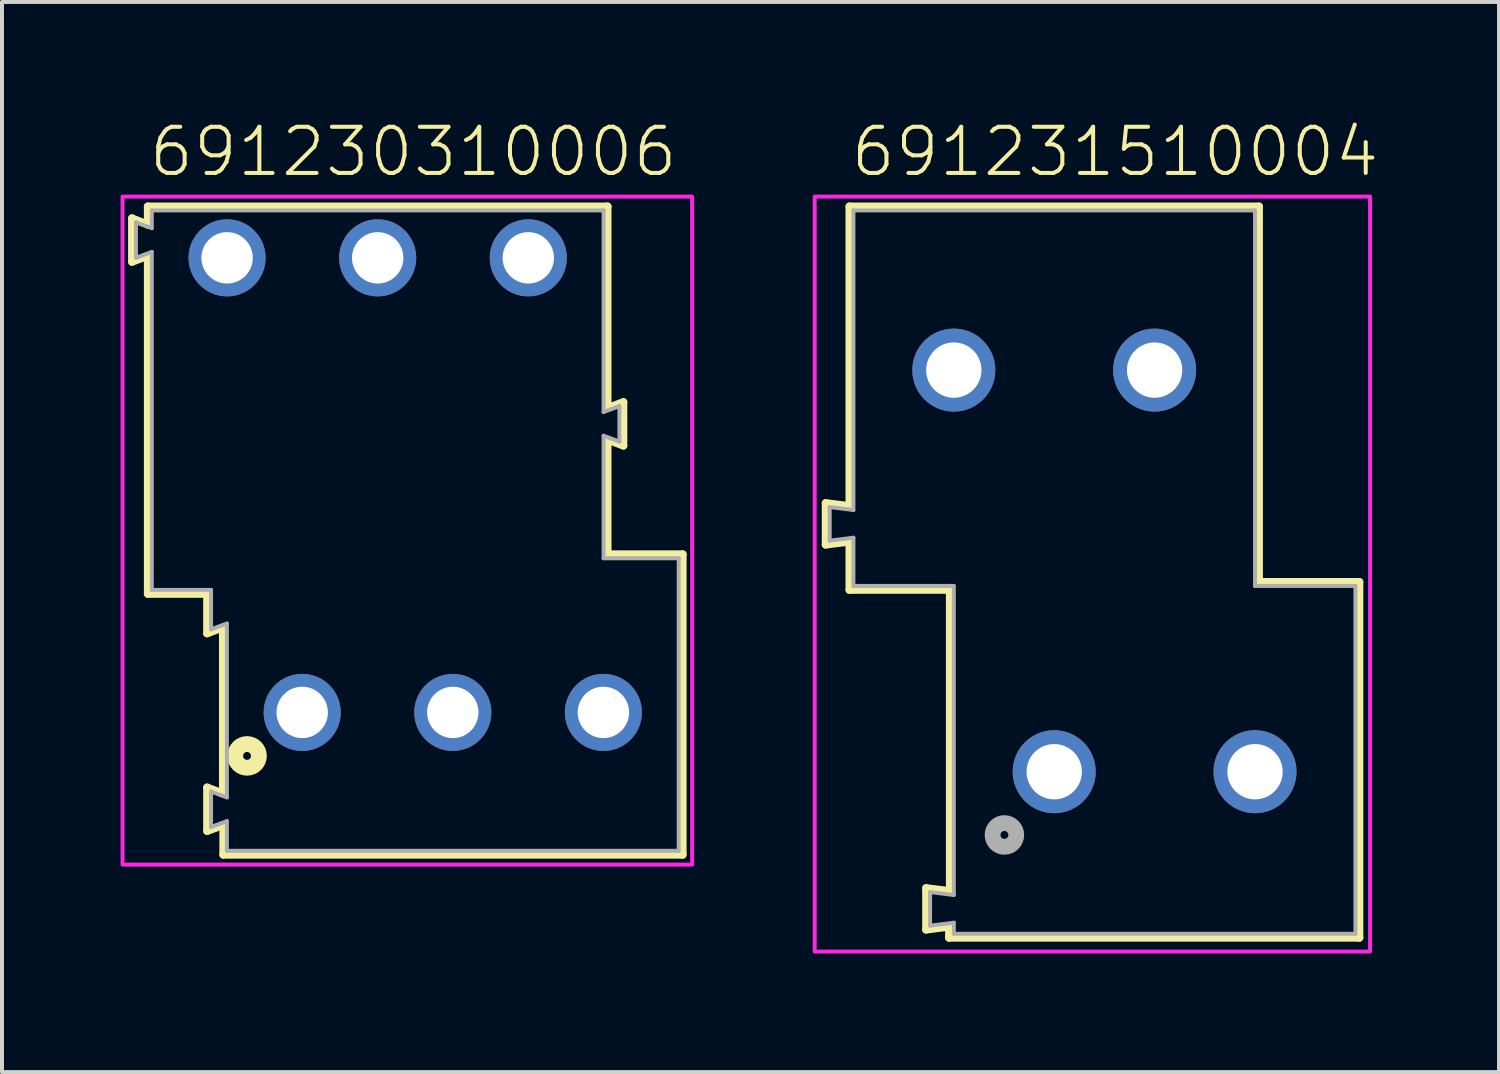
<source format=kicad_pcb>
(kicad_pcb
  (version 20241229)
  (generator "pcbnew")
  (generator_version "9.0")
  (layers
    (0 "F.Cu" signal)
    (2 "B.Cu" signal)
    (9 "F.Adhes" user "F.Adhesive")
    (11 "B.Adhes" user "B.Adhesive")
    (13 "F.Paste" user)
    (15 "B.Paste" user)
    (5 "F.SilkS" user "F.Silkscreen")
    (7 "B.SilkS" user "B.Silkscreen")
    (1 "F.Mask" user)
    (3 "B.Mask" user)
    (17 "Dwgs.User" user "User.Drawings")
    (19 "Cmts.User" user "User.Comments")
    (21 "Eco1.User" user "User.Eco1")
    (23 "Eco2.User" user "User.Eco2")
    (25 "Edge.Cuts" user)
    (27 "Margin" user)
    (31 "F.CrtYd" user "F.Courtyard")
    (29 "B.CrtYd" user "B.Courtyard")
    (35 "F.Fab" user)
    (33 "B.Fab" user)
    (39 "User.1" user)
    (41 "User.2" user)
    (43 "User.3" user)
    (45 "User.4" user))
  (footprint "691231510004"
    (layer "F.Cu")
    (at 26.16 16.473)
    (property "Reference" "691231510004" (at -1 -15 0) (unlocked yes) (layer "F.SilkS") (effects (font (size 1.168 1.168) (thickness 0.102)) (justify bottom)))
    (fp_line (start -8.32 -6.795) (end -7.72 -6.72) (stroke (width 0.2) (type solid)) (layer "F.SilkS"))
    (fp_line (start -8.32 -5.745) (end -8.32 -6.795) (stroke (width 0.2) (type solid)) (layer "F.SilkS"))
    (fp_line (start -7.72 -14.3) (end 2.64 -14.3) (stroke (width 0.2) (type solid)) (layer "F.SilkS"))
    (fp_line (start -7.72 -6.72) (end -7.72 -14.3) (stroke (width 0.2) (type solid)) (layer "F.SilkS"))
    (fp_line (start -7.72 -5.82) (end -8.32 -5.745) (stroke (width 0.2) (type solid)) (layer "F.SilkS"))
    (fp_line (start -7.72 -4.6) (end -7.72 -5.82) (stroke (width 0.2) (type solid)) (layer "F.SilkS"))
    (fp_line (start -5.78 2.945) (end -5.18 3.02) (stroke (width 0.2) (type solid)) (layer "F.SilkS"))
    (fp_line (start -5.78 3.995) (end -5.78 2.945) (stroke (width 0.2) (type solid)) (layer "F.SilkS"))
    (fp_line (start -5.2 3.92) (end -5.78 3.995) (stroke (width 0.2) (type solid)) (layer "F.SilkS"))
    (fp_line (start -5.2 4.2) (end -5.2 3.92) (stroke (width 0.2) (type solid)) (layer "F.SilkS"))
    (fp_line (start -5.18 -4.6) (end -7.72 -4.6) (stroke (width 0.2) (type solid)) (layer "F.SilkS"))
    (fp_line (start -5.18 3.02) (end -5.18 -4.6) (stroke (width 0.2) (type solid)) (layer "F.SilkS"))
    (fp_line (start 2.64 -14.3) (end 2.64 -4.8) (stroke (width 0.2) (type solid)) (layer "F.SilkS"))
    (fp_line (start 2.64 -4.8) (end 5.18 -4.8) (stroke (width 0.2) (type solid)) (layer "F.SilkS"))
    (fp_line (start 5.18 -4.8) (end 5.18 4.2) (stroke (width 0.2) (type solid)) (layer "F.SilkS"))
    (fp_line (start 5.18 4.2) (end -5.2 4.2) (stroke (width 0.2) (type solid)) (layer "F.SilkS"))
    (fp_poly (pts (xy 5.45 4.55) (xy -8.6 4.55) (xy -8.6 -14.55) (xy 5.45 -14.55)) (stroke (width 0.1) (type default)) (fill no) (layer "F.CrtYd"))
    (fp_line (start -8.22 -6.695) (end -8.22 -5.845) (stroke (width 0.1) (type solid)) (layer "F.Fab"))
    (fp_line (start -8.22 -6.695) (end -7.62 -6.62) (stroke (width 0.1) (type solid)) (layer "F.Fab"))
    (fp_line (start -8.22 -5.845) (end -7.62 -5.92) (stroke (width 0.1) (type solid)) (layer "F.Fab"))
    (fp_line (start -7.62 -14.2) (end -7.62 -6.62) (stroke (width 0.1) (type solid)) (layer "F.Fab"))
    (fp_line (start -7.62 -5.92) (end -7.62 -4.7) (stroke (width 0.1) (type solid)) (layer "F.Fab"))
    (fp_line (start -7.62 -4.7) (end -5.08 -4.7) (stroke (width 0.1) (type solid)) (layer "F.Fab"))
    (fp_line (start -5.68 3.045) (end -5.68 3.895) (stroke (width 0.1) (type solid)) (layer "F.Fab"))
    (fp_line (start -5.68 3.045) (end -5.08 3.12) (stroke (width 0.1) (type solid)) (layer "F.Fab"))
    (fp_line (start -5.68 3.895) (end -5.08 3.82) (stroke (width 0.1) (type solid)) (layer "F.Fab"))
    (fp_line (start -5.08 -4.7) (end -5.08 3.12) (stroke (width 0.1) (type solid)) (layer "F.Fab"))
    (fp_line (start -5.08 3.82) (end -5.08 4.1) (stroke (width 0.1) (type solid)) (layer "F.Fab"))
    (fp_line (start -5.08 4.1) (end 5.08 4.1) (stroke (width 0.1) (type solid)) (layer "F.Fab"))
    (fp_line (start 2.54 -14.2) (end -7.62 -14.2) (stroke (width 0.1) (type solid)) (layer "F.Fab"))
    (fp_line (start 2.54 -4.7) (end 2.54 -14.2) (stroke (width 0.1) (type solid)) (layer "F.Fab"))
    (fp_line (start 5.08 -4.7) (end 2.54 -4.7) (stroke (width 0.1) (type solid)) (layer "F.Fab"))
    (fp_line (start 5.08 4.1) (end 5.08 -4.7) (stroke (width 0.1) (type solid)) (layer "F.Fab"))
    (fp_circle (center -3.8 1.6) (end -3.7 1.6) (stroke (width 0.4) (type solid)) (fill no) (layer "F.Fab"))
    (pad "1" thru_hole circle (at -2.54 0) (size 2.1 2.1) (drill 1.4) (layers "*.Cu" "*.Mask"))
    (pad "2" thru_hole circle (at 2.54 0) (size 2.1 2.1) (drill 1.4) (layers "*.Cu" "*.Mask"))
    (pad "3" thru_hole circle (at -5.08 -10.16) (size 2.1 2.1) (drill 1.4) (layers "*.Cu" "*.Mask"))
    (pad "4" thru_hole circle (at 0 -10.16) (size 2.1 2.1) (drill 1.4) (layers "*.Cu" "*.Mask")))
  (footprint "691230310006"
    (layer "F.Cu")
    (at 8.405 14.973)
    (property "Reference" "691230310006" (at -1 -13.5 0) (unlocked yes) (layer "F.SilkS") (effects (font (size 1.168 1.168) (thickness 0.102)) (justify bottom)))
    (fp_line (start -8.115 -12.5) (end -7.715 -12.34) (stroke (width 0.2) (type solid)) (layer "F.SilkS"))
    (fp_line (start -8.115 -11.4) (end -8.115 -12.5) (stroke (width 0.2) (type solid)) (layer "F.SilkS"))
    (fp_line (start -7.715 -12.8) (end 3.915 -12.8) (stroke (width 0.2) (type solid)) (layer "F.SilkS"))
    (fp_line (start -7.715 -12.34) (end -7.715 -12.8) (stroke (width 0.2) (type solid)) (layer "F.SilkS"))
    (fp_line (start -7.715 -11.55) (end -8.115 -11.4) (stroke (width 0.2) (type solid)) (layer "F.SilkS"))
    (fp_line (start -7.715 -3) (end -7.715 -11.55) (stroke (width 0.2) (type solid)) (layer "F.SilkS"))
    (fp_line (start -6.215 -3) (end -7.715 -3) (stroke (width 0.2) (type solid)) (layer "F.SilkS"))
    (fp_line (start -6.215 -2) (end -6.215 -3) (stroke (width 0.2) (type solid)) (layer "F.SilkS"))
    (fp_line (start -6.215 1.9) (end -5.815 2.05) (stroke (width 0.2) (type solid)) (layer "F.SilkS"))
    (fp_line (start -6.215 3) (end -6.215 1.9) (stroke (width 0.2) (type solid)) (layer "F.SilkS"))
    (fp_line (start -5.815 -2.15) (end -6.215 -2) (stroke (width 0.2) (type solid)) (layer "F.SilkS"))
    (fp_line (start -5.815 2.05) (end -5.815 -2.15) (stroke (width 0.2) (type solid)) (layer "F.SilkS"))
    (fp_line (start -5.805 2.85) (end -6.215 3) (stroke (width 0.2) (type solid)) (layer "F.SilkS"))
    (fp_line (start -5.805 3.6) (end -5.805 2.85) (stroke (width 0.2) (type solid)) (layer "F.SilkS"))
    (fp_line (start 3.915 -12.8) (end 3.915 -7.7) (stroke (width 0.2) (type solid)) (layer "F.SilkS"))
    (fp_line (start 3.915 -7.7) (end 4.315 -7.85) (stroke (width 0.2) (type solid)) (layer "F.SilkS"))
    (fp_line (start 3.915 -6.9) (end 3.915 -4) (stroke (width 0.2) (type solid)) (layer "F.SilkS"))
    (fp_line (start 3.915 -4) (end 5.815 -4) (stroke (width 0.2) (type solid)) (layer "F.SilkS"))
    (fp_line (start 4.315 -7.85) (end 4.315 -6.75) (stroke (width 0.2) (type solid)) (layer "F.SilkS"))
    (fp_line (start 4.315 -6.75) (end 3.915 -6.9) (stroke (width 0.2) (type solid)) (layer "F.SilkS"))
    (fp_line (start 5.815 -4) (end 5.815 3.6) (stroke (width 0.2) (type solid)) (layer "F.SilkS"))
    (fp_line (start 5.815 3.6) (end -5.805 3.6) (stroke (width 0.2) (type solid)) (layer "F.SilkS"))
    (fp_circle (center -5.205 1.1) (end -5.105 1.1) (stroke (width 0.4) (type solid)) (fill no) (layer "F.SilkS"))
    (fp_poly (pts (xy 6.055 3.85) (xy -8.355 3.85) (xy -8.355 -13.05) (xy 6.055 -13.05)) (stroke (width 0.1) (type default)) (fill no) (layer "F.CrtYd"))
    (fp_line (start -8.015 -12.4) (end -8.015 -11.5) (stroke (width 0.1) (type solid)) (layer "F.Fab"))
    (fp_line (start -8.015 -12.4) (end -7.615 -12.25) (stroke (width 0.1) (type solid)) (layer "F.Fab"))
    (fp_line (start -8.015 -11.5) (end -7.615 -11.65) (stroke (width 0.1) (type solid)) (layer "F.Fab"))
    (fp_line (start -7.615 -12.7) (end -7.615 -12.25) (stroke (width 0.1) (type solid)) (layer "F.Fab"))
    (fp_line (start -7.615 -11.65) (end -7.615 -3.1) (stroke (width 0.1) (type solid)) (layer "F.Fab"))
    (fp_line (start -7.615 -3.1) (end -6.115 -3.1) (stroke (width 0.1) (type solid)) (layer "F.Fab"))
    (fp_line (start -6.115 -2.1) (end -6.115 -3.1) (stroke (width 0.1) (type solid)) (layer "F.Fab"))
    (fp_line (start -6.115 -2.1) (end -5.715 -2.25) (stroke (width 0.1) (type solid)) (layer "F.Fab"))
    (fp_line (start -6.115 2.9) (end -6.115 2) (stroke (width 0.1) (type solid)) (layer "F.Fab"))
    (fp_line (start -6.115 2.9) (end -5.715 2.75) (stroke (width 0.1) (type solid)) (layer "F.Fab"))
    (fp_line (start -5.715 -2.25) (end -5.715 2.15) (stroke (width 0.1) (type solid)) (layer "F.Fab"))
    (fp_line (start -5.715 2.15) (end -6.115 2) (stroke (width 0.1) (type solid)) (layer "F.Fab"))
    (fp_line (start -5.715 2.75) (end -5.715 3.5) (stroke (width 0.1) (type solid)) (layer "F.Fab"))
    (fp_line (start -5.715 3.5) (end 5.715 3.5) (stroke (width 0.1) (type solid)) (layer "F.Fab"))
    (fp_line (start 3.815 -12.7) (end -7.615 -12.7) (stroke (width 0.1) (type solid)) (layer "F.Fab"))
    (fp_line (start 3.815 -12.7) (end 3.815 -7.6) (stroke (width 0.1) (type solid)) (layer "F.Fab"))
    (fp_line (start 3.815 -7.6) (end 4.215 -7.75) (stroke (width 0.1) (type solid)) (layer "F.Fab"))
    (fp_line (start 3.815 -7) (end 3.815 -3.9) (stroke (width 0.1) (type solid)) (layer "F.Fab"))
    (fp_line (start 3.815 -7) (end 4.215 -6.85) (stroke (width 0.1) (type solid)) (layer "F.Fab"))
    (fp_line (start 3.815 -3.9) (end 5.715 -3.9) (stroke (width 0.1) (type solid)) (layer "F.Fab"))
    (fp_line (start 4.215 -6.85) (end 4.215 -7.75) (stroke (width 0.1) (type solid)) (layer "F.Fab"))
    (fp_line (start 5.715 3.5) (end 5.715 -3.9) (stroke (width 0.1) (type solid)) (layer "F.Fab"))
    (pad "1" thru_hole circle (at -3.81 0) (size 1.95 1.95) (drill 1.3) (layers "*.Cu" "*.Mask"))
    (pad "2" thru_hole circle (at 0 0) (size 1.95 1.95) (drill 1.3) (layers "*.Cu" "*.Mask"))
    (pad "3" thru_hole circle (at 3.81 0) (size 1.95 1.95) (drill 1.3) (layers "*.Cu" "*.Mask"))
    (pad "4" thru_hole circle (at -5.71 -11.5) (size 1.95 1.95) (drill 1.3) (layers "*.Cu" "*.Mask"))
    (pad "5" thru_hole circle (at -1.9 -11.5) (size 1.95 1.95) (drill 1.3) (layers "*.Cu" "*.Mask"))
    (pad "6" thru_hole circle (at 1.91 -11.5) (size 1.95 1.95) (drill 1.3) (layers "*.Cu" "*.Mask")))
  (gr_rect
    (start -3 -3)
    (end 34.872 24.073)
    (stroke (width 0.1) (type default))
    (fill no)
    (layer "Edge.Cuts")))
</source>
